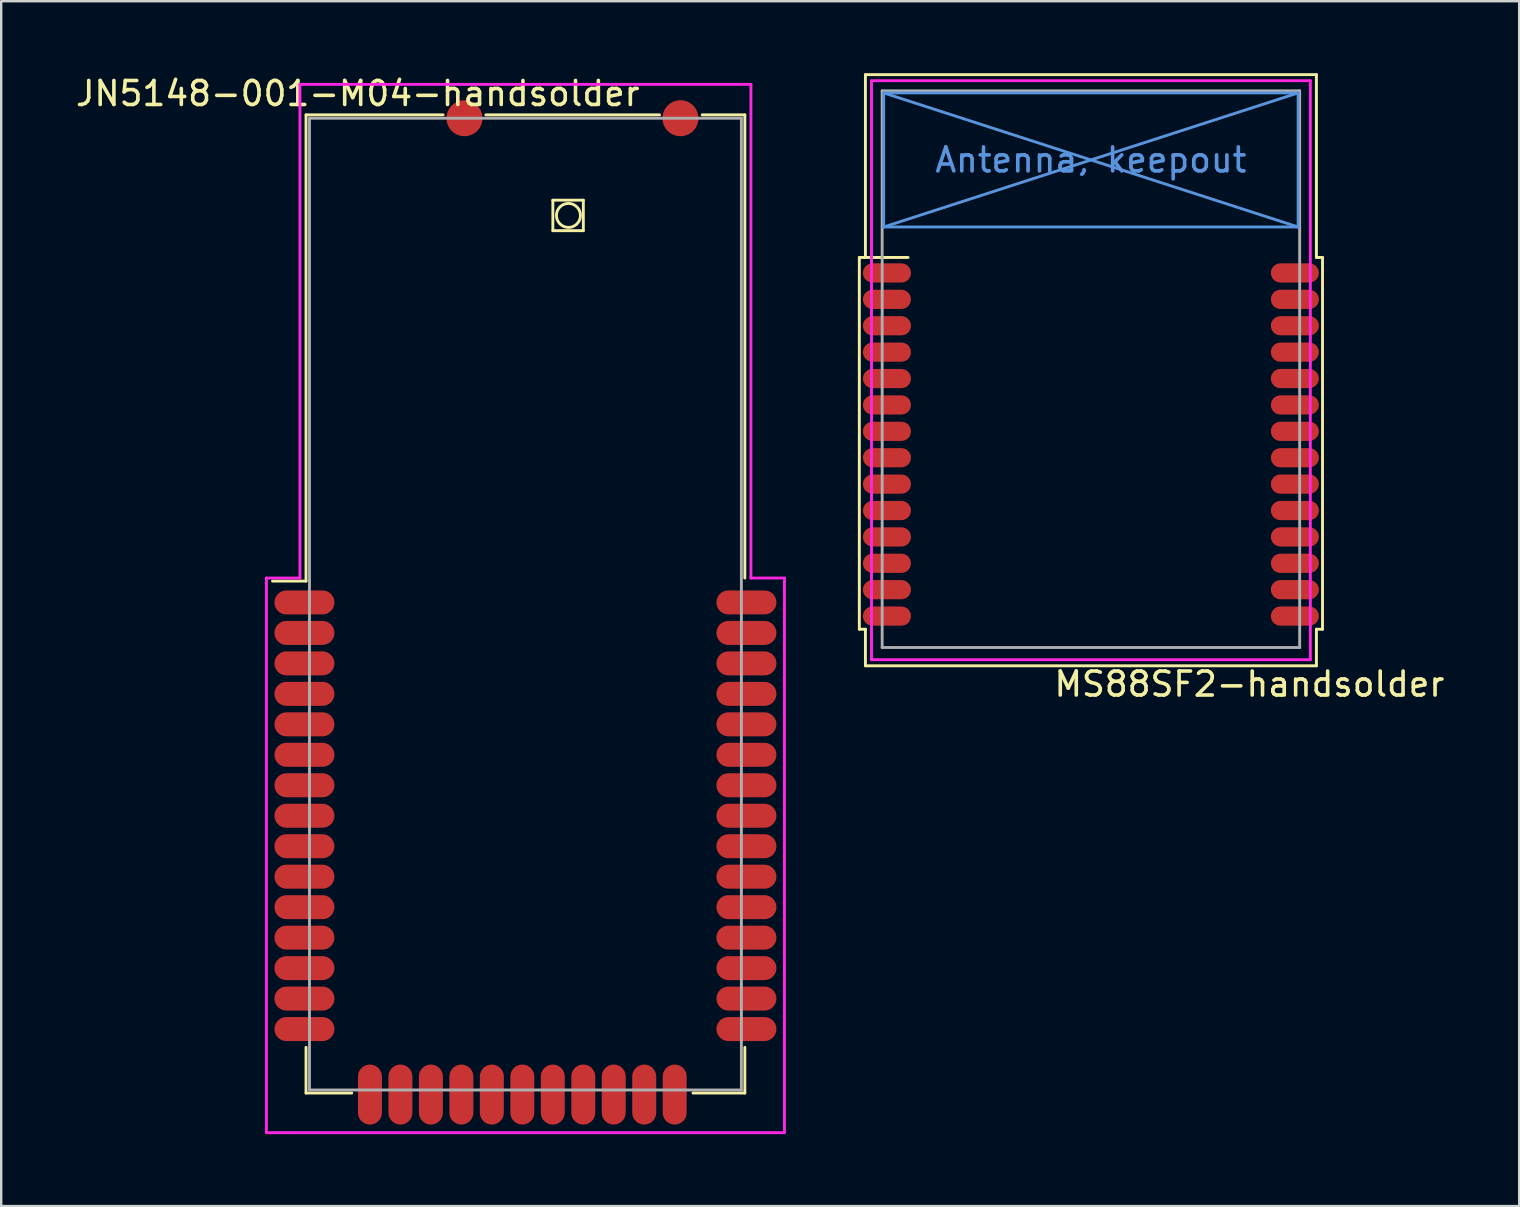
<source format=kicad_pcb>
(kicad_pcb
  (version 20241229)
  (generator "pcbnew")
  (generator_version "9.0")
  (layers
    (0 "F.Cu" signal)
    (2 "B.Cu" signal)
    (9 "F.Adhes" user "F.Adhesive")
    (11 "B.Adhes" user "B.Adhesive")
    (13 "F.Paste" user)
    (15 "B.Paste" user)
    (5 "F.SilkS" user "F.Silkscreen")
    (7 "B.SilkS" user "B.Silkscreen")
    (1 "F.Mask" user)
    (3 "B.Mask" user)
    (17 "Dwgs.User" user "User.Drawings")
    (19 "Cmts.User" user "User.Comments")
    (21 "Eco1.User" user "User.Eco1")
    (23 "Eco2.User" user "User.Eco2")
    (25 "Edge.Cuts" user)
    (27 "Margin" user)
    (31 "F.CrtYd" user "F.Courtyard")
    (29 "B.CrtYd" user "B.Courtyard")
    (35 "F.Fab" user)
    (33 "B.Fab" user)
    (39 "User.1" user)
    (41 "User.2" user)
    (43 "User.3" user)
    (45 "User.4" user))
  (footprint "MS88SF2-handsolder"
    (layer "F.Cu")
    (at 42.415 23.936)
    (property "Reference" "MS88SF2-handsolder" (at 6.604 1.524 0) (layer "F.SilkS") (effects (font (size 1 1) (thickness 0.15))))
    (attr smd)
    (fp_line (start -9.652 -16.256) (end -9.398 -16.256) (stroke (width 0.12) (type solid)) (layer "F.SilkS"))
    (fp_line (start -9.652 -0.762) (end -9.652 -16.256) (stroke (width 0.12) (type solid)) (layer "F.SilkS"))
    (fp_line (start -9.398 -23.876) (end 9.398 -23.876) (stroke (width 0.12) (type solid)) (layer "F.SilkS"))
    (fp_line (start -9.398 -16.256) (end -9.398 -23.876) (stroke (width 0.12) (type solid)) (layer "F.SilkS"))
    (fp_line (start -9.398 -16.256) (end -7.62 -16.256) (stroke (width 0.12) (type solid)) (layer "F.SilkS"))
    (fp_line (start -9.398 -0.762) (end -9.652 -0.762) (stroke (width 0.12) (type solid)) (layer "F.SilkS"))
    (fp_line (start -9.398 0.762) (end -9.398 -0.762) (stroke (width 0.12) (type solid)) (layer "F.SilkS"))
    (fp_line (start 9.398 -23.876) (end 9.398 -16.256) (stroke (width 0.12) (type solid)) (layer "F.SilkS"))
    (fp_line (start 9.398 -16.256) (end 9.652 -16.256) (stroke (width 0.12) (type solid)) (layer "F.SilkS"))
    (fp_line (start 9.398 -0.762) (end 9.398 0.762) (stroke (width 0.12) (type solid)) (layer "F.SilkS"))
    (fp_line (start 9.398 0.762) (end -9.398 0.762) (stroke (width 0.12) (type solid)) (layer "F.SilkS"))
    (fp_line (start 9.652 -16.256) (end 9.652 -0.762) (stroke (width 0.12) (type solid)) (layer "F.SilkS"))
    (fp_line (start 9.652 -0.762) (end 9.398 -0.762) (stroke (width 0.12) (type solid)) (layer "F.SilkS"))
    (fp_line (start -8.636 -23.114) (end -8.636 -17.526) (stroke (width 0.12) (type solid)) (layer "Cmts.User"))
    (fp_line (start -8.636 -23.114) (end 8.636 -17.526) (stroke (width 0.12) (type solid)) (layer "Cmts.User"))
    (fp_line (start -8.636 -17.526) (end 8.636 -17.526) (stroke (width 0.12) (type solid)) (layer "Cmts.User"))
    (fp_line (start 8.636 -23.114) (end -8.636 -23.114) (stroke (width 0.12) (type solid)) (layer "Cmts.User"))
    (fp_line (start 8.636 -23.114) (end -8.636 -17.526) (stroke (width 0.12) (type solid)) (layer "Cmts.User"))
    (fp_line (start 8.636 -17.526) (end 8.636 -23.114) (stroke (width 0.12) (type solid)) (layer "Cmts.User"))
    (fp_line (start -9.144 -23.622) (end -9.144 0.508) (stroke (width 0.12) (type solid)) (layer "F.CrtYd"))
    (fp_line (start -9.144 0.508) (end 9.144 0.508) (stroke (width 0.12) (type solid)) (layer "F.CrtYd"))
    (fp_line (start 9.144 -23.622) (end -9.144 -23.622) (stroke (width 0.12) (type solid)) (layer "F.CrtYd"))
    (fp_line (start 9.144 0.508) (end 9.144 -23.622) (stroke (width 0.12) (type solid)) (layer "F.CrtYd"))
    (fp_line (start -8.7 -23.2) (end -8.7 0) (stroke (width 0.12) (type solid)) (layer "F.Fab"))
    (fp_line (start -8.7 -23.2) (end 8.7 -23.2) (stroke (width 0.12) (type solid)) (layer "F.Fab"))
    (fp_line (start -8.7 0) (end 8.7 0) (stroke (width 0.12) (type solid)) (layer "F.Fab"))
    (fp_line (start 8.7 -23.2) (end 8.7 0) (stroke (width 0.12) (type solid)) (layer "F.Fab"))
    (fp_text user "Antenna, keepout" (at 0 -20.32 0) (layer "Cmts.User") (effects (font (size 1 1) (thickness 0.15))))
    (pad "1" smd oval (at -8.5 -15.61) (size 2 0.8) (layers "F.Cu" "F.Mask" "F.Paste"))
    (pad "2" smd oval (at -8.5 -14.51) (size 2 0.8) (layers "F.Cu" "F.Mask" "F.Paste"))
    (pad "3" smd oval (at -8.5 -13.41) (size 2 0.8) (layers "F.Cu" "F.Mask" "F.Paste"))
    (pad "4" smd oval (at -8.5 -12.31) (size 2 0.8) (layers "F.Cu" "F.Mask" "F.Paste"))
    (pad "5" smd oval (at -8.5 -11.21) (size 2 0.8) (layers "F.Cu" "F.Mask" "F.Paste"))
    (pad "6" smd oval (at -8.5 -10.11) (size 2 0.8) (layers "F.Cu" "F.Mask" "F.Paste"))
    (pad "7" smd oval (at -8.5 -9.01) (size 2 0.8) (layers "F.Cu" "F.Mask" "F.Paste"))
    (pad "8" smd oval (at -8.5 -7.91) (size 2 0.8) (layers "F.Cu" "F.Mask" "F.Paste"))
    (pad "9" smd oval (at -8.5 -6.81) (size 2 0.8) (layers "F.Cu" "F.Mask" "F.Paste"))
    (pad "10" smd oval (at -8.5 -5.71) (size 2 0.8) (layers "F.Cu" "F.Mask" "F.Paste"))
    (pad "11" smd oval (at -8.5 -4.61) (size 2 0.8) (layers "F.Cu" "F.Mask" "F.Paste"))
    (pad "12" smd oval (at -8.5 -3.51) (size 2 0.8) (layers "F.Cu" "F.Mask" "F.Paste"))
    (pad "13" smd oval (at -8.5 -2.41) (size 2 0.8) (layers "F.Cu" "F.Mask" "F.Paste"))
    (pad "14" smd oval (at -8.5 -1.31) (size 2 0.8) (layers "F.Cu" "F.Mask" "F.Paste"))
    (pad "15" smd oval (at 8.5 -1.31) (size 2 0.8) (layers "F.Cu" "F.Mask" "F.Paste"))
    (pad "16" smd oval (at 8.5 -2.41) (size 2 0.8) (layers "F.Cu" "F.Mask" "F.Paste"))
    (pad "17" smd oval (at 8.5 -3.51) (size 2 0.8) (layers "F.Cu" "F.Mask" "F.Paste"))
    (pad "18" smd oval (at 8.5 -4.61) (size 2 0.8) (layers "F.Cu" "F.Mask" "F.Paste"))
    (pad "19" smd oval (at 8.5 -5.71) (size 2 0.8) (layers "F.Cu" "F.Mask" "F.Paste"))
    (pad "20" smd oval (at 8.5 -6.81) (size 2 0.8) (layers "F.Cu" "F.Mask" "F.Paste"))
    (pad "21" smd oval (at 8.5 -7.91) (size 2 0.8) (layers "F.Cu" "F.Mask" "F.Paste"))
    (pad "22" smd oval (at 8.5 -9.01) (size 2 0.8) (layers "F.Cu" "F.Mask" "F.Paste"))
    (pad "23" smd oval (at 8.5 -10.11) (size 2 0.8) (layers "F.Cu" "F.Mask" "F.Paste"))
    (pad "24" smd oval (at 8.5 -11.21) (size 2 0.8) (layers "F.Cu" "F.Mask" "F.Paste"))
    (pad "25" smd oval (at 8.5 -12.31) (size 2 0.8) (layers "F.Cu" "F.Mask" "F.Paste"))
    (pad "26" smd oval (at 8.5 -13.41) (size 2 0.8) (layers "F.Cu" "F.Mask" "F.Paste"))
    (pad "27" smd oval (at 8.5 -14.51) (size 2 0.8) (layers "F.Cu" "F.Mask" "F.Paste"))
    (pad "28" smd oval (at 8.5 -15.61) (size 2 0.8) (layers "F.Cu" "F.Mask" "F.Paste")))
  (footprint "JN5148-001-M04-handsolder"
    (layer "F.Cu")
    (at 18.848 39.837)
    (property "Reference" "JN5148-001-M04-handsolder" (at -6.985 -38.989 0) (layer "F.SilkS") (effects (font (size 1 1) (thickness 0.15))))
    (attr smd)
    (fp_line (start -9.144 -38.1) (end -9.144 -18.669) (stroke (width 0.12) (type solid)) (layer "F.SilkS"))
    (fp_line (start -9.144 -18.669) (end -10.541 -18.669) (stroke (width 0.12) (type solid)) (layer "F.SilkS"))
    (fp_line (start -9.144 0.762) (end -9.144 2.667) (stroke (width 0.12) (type solid)) (layer "F.SilkS"))
    (fp_line (start -9.144 2.667) (end -7.239 2.667) (stroke (width 0.12) (type solid)) (layer "F.SilkS"))
    (fp_line (start -3.429 -38.1) (end -9.144 -38.1) (stroke (width 0.12) (type solid)) (layer "F.SilkS"))
    (fp_line (start 1.143 -34.544) (end 2.413 -34.544) (stroke (width 0.12) (type solid)) (layer "F.SilkS"))
    (fp_line (start 1.143 -33.274) (end 1.143 -34.544) (stroke (width 0.12) (type solid)) (layer "F.SilkS"))
    (fp_line (start 2.413 -34.544) (end 2.413 -33.274) (stroke (width 0.12) (type solid)) (layer "F.SilkS"))
    (fp_line (start 2.413 -33.274) (end 1.143 -33.274) (stroke (width 0.12) (type solid)) (layer "F.SilkS"))
    (fp_line (start 5.588 -38.1) (end -1.651 -38.1) (stroke (width 0.12) (type solid)) (layer "F.SilkS"))
    (fp_line (start 6.985 2.667) (end 9.144 2.667) (stroke (width 0.12) (type solid)) (layer "F.SilkS"))
    (fp_line (start 9.144 -38.1) (end 7.366 -38.1) (stroke (width 0.12) (type solid)) (layer "F.SilkS"))
    (fp_line (start 9.144 -38.1) (end 9.144 -18.796) (stroke (width 0.12) (type solid)) (layer "F.SilkS"))
    (fp_line (start 9.144 2.667) (end 9.144 0.762) (stroke (width 0.12) (type solid)) (layer "F.SilkS"))
    (fp_circle (center 1.793 -33.909) (end 2.293 -33.909) (stroke (width 0.12) (type solid)) (fill no) (layer "F.SilkS"))
    (fp_line (start -10.795 -18.796) (end -10.795 4.318) (stroke (width 0.12) (type solid)) (layer "F.CrtYd"))
    (fp_line (start -10.795 4.318) (end 10.795 4.318) (stroke (width 0.12) (type solid)) (layer "F.CrtYd"))
    (fp_line (start -9.398 -39.37) (end -9.398 -18.796) (stroke (width 0.12) (type solid)) (layer "F.CrtYd"))
    (fp_line (start -9.398 -18.796) (end -10.795 -18.796) (stroke (width 0.12) (type solid)) (layer "F.CrtYd"))
    (fp_line (start 9.398 -39.37) (end -9.398 -39.37) (stroke (width 0.12) (type solid)) (layer "F.CrtYd"))
    (fp_line (start 9.398 -18.796) (end 9.398 -39.37) (stroke (width 0.12) (type solid)) (layer "F.CrtYd"))
    (fp_line (start 10.795 -18.796) (end 9.398 -18.796) (stroke (width 0.12) (type solid)) (layer "F.CrtYd"))
    (fp_line (start 10.795 4.318) (end 10.795 -18.796) (stroke (width 0.12) (type solid)) (layer "F.CrtYd"))
    (fp_line (start -9 -37.96) (end -9 2.54) (stroke (width 0.12) (type solid)) (layer "F.Fab"))
    (fp_line (start -9 -37.96) (end 9 -37.96) (stroke (width 0.12) (type solid)) (layer "F.Fab"))
    (fp_line (start -9 2.54) (end 9 2.54) (stroke (width 0.12) (type solid)) (layer "F.Fab"))
    (fp_line (start 9 -37.96) (end 9 2.54) (stroke (width 0.12) (type solid)) (layer "F.Fab"))
    (pad "1" smd oval (at -9.21 -17.78) (size 2.5 1) (layers "F.Cu" "F.Mask" "F.Paste"))
    (pad "2" smd oval (at -9.21 -16.51) (size 2.5 1) (layers "F.Cu" "F.Mask" "F.Paste"))
    (pad "3" smd oval (at -9.21 -15.24) (size 2.5 1) (layers "F.Cu" "F.Mask" "F.Paste"))
    (pad "4" smd oval (at -9.21 -13.97) (size 2.5 1) (layers "F.Cu" "F.Mask" "F.Paste"))
    (pad "5" smd oval (at -9.21 -12.7) (size 2.5 1) (layers "F.Cu" "F.Mask" "F.Paste"))
    (pad "6" smd oval (at -9.21 -11.43) (size 2.5 1) (layers "F.Cu" "F.Mask" "F.Paste"))
    (pad "7" smd oval (at -9.21 -10.16) (size 2.5 1) (layers "F.Cu" "F.Mask" "F.Paste"))
    (pad "8" smd oval (at -9.21 -8.89) (size 2.5 1) (layers "F.Cu" "F.Mask" "F.Paste"))
    (pad "9" smd oval (at -9.21 -7.62) (size 2.5 1) (layers "F.Cu" "F.Mask" "F.Paste"))
    (pad "10" smd oval (at -9.21 -6.35) (size 2.5 1) (layers "F.Cu" "F.Mask" "F.Paste"))
    (pad "11" smd oval (at -9.21 -5.08) (size 2.5 1) (layers "F.Cu" "F.Mask" "F.Paste"))
    (pad "12" smd oval (at -9.21 -3.81) (size 2.5 1) (layers "F.Cu" "F.Mask" "F.Paste"))
    (pad "13" smd oval (at -9.21 -2.54) (size 2.5 1) (layers "F.Cu" "F.Mask" "F.Paste"))
    (pad "14" smd oval (at -9.21 -1.27) (size 2.5 1) (layers "F.Cu" "F.Mask" "F.Paste"))
    (pad "15" smd oval (at -9.21 0) (size 2.5 1) (layers "F.Cu" "F.Mask" "F.Paste"))
    (pad "16" smd oval (at -6.48 2.73 90) (size 2.5 1) (layers "F.Cu" "F.Mask" "F.Paste"))
    (pad "17" smd oval (at -5.21 2.73 90) (size 2.5 1) (layers "F.Cu" "F.Mask" "F.Paste"))
    (pad "18" smd oval (at -3.94 2.73 90) (size 2.5 1) (layers "F.Cu" "F.Mask" "F.Paste"))
    (pad "19" smd oval (at -2.67 2.73 90) (size 2.5 1) (layers "F.Cu" "F.Mask" "F.Paste"))
    (pad "20" smd oval (at -1.4 2.73 90) (size 2.5 1) (layers "F.Cu" "F.Mask" "F.Paste"))
    (pad "21" smd oval (at -0.13 2.73 90) (size 2.5 1) (layers "F.Cu" "F.Mask" "F.Paste"))
    (pad "22" smd oval (at 1.14 2.73 90) (size 2.5 1) (layers "F.Cu" "F.Mask" "F.Paste"))
    (pad "23" smd oval (at 2.41 2.73 90) (size 2.5 1) (layers "F.Cu" "F.Mask" "F.Paste"))
    (pad "24" smd oval (at 3.68 2.73 90) (size 2.5 1) (layers "F.Cu" "F.Mask" "F.Paste"))
    (pad "25" smd oval (at 4.95 2.73 90) (size 2.5 1) (layers "F.Cu" "F.Mask" "F.Paste"))
    (pad "26" smd oval (at 6.22 2.73 90) (size 2.5 1) (layers "F.Cu" "F.Mask" "F.Paste"))
    (pad "27" smd oval (at 9.21 0) (size 2.5 1) (layers "F.Cu" "F.Mask" "F.Paste"))
    (pad "28" smd oval (at 9.21 -1.27) (size 2.5 1) (layers "F.Cu" "F.Mask" "F.Paste"))
    (pad "29" smd oval (at 9.21 -2.54) (size 2.5 1) (layers "F.Cu" "F.Mask" "F.Paste"))
    (pad "30" smd oval (at 9.21 -3.81) (size 2.5 1) (layers "F.Cu" "F.Mask" "F.Paste"))
    (pad "31" smd oval (at 9.21 -5.08) (size 2.5 1) (layers "F.Cu" "F.Mask" "F.Paste"))
    (pad "32" smd oval (at 9.21 -6.35) (size 2.5 1) (layers "F.Cu" "F.Mask" "F.Paste"))
    (pad "33" smd oval (at 9.21 -7.62) (size 2.5 1) (layers "F.Cu" "F.Mask" "F.Paste"))
    (pad "34" smd oval (at 9.21 -8.89) (size 2.5 1) (layers "F.Cu" "F.Mask" "F.Paste"))
    (pad "35" smd oval (at 9.21 -10.16) (size 2.5 1) (layers "F.Cu" "F.Mask" "F.Paste"))
    (pad "36" smd oval (at 9.21 -11.43) (size 2.5 1) (layers "F.Cu" "F.Mask" "F.Paste"))
    (pad "37" smd oval (at 9.21 -12.7) (size 2.5 1) (layers "F.Cu" "F.Mask" "F.Paste"))
    (pad "38" smd oval (at 9.21 -13.97) (size 2.5 1) (layers "F.Cu" "F.Mask" "F.Paste"))
    (pad "39" smd oval (at 9.21 -15.24) (size 2.5 1) (layers "F.Cu" "F.Mask" "F.Paste"))
    (pad "40" smd oval (at 9.21 -16.51) (size 2.5 1) (layers "F.Cu" "F.Mask" "F.Paste"))
    (pad "41" smd oval (at 9.21 -17.78) (size 2.5 1) (layers "F.Cu" "F.Mask" "F.Paste"))
    (pad "~" smd circle (at -2.54 -37.96) (size 1.5 1.5) (layers "F.Cu" "F.Mask" "F.Paste"))
    (pad "~" smd circle (at 6.46 -37.96) (size 1.5 1.5) (layers "F.Cu" "F.Mask" "F.Paste")))
  (gr_rect
    (start -3 -3)
    (end 60.263 47.215)
    (stroke (width 0.1) (type default))
    (fill no)
    (layer "Edge.Cuts")))
</source>
